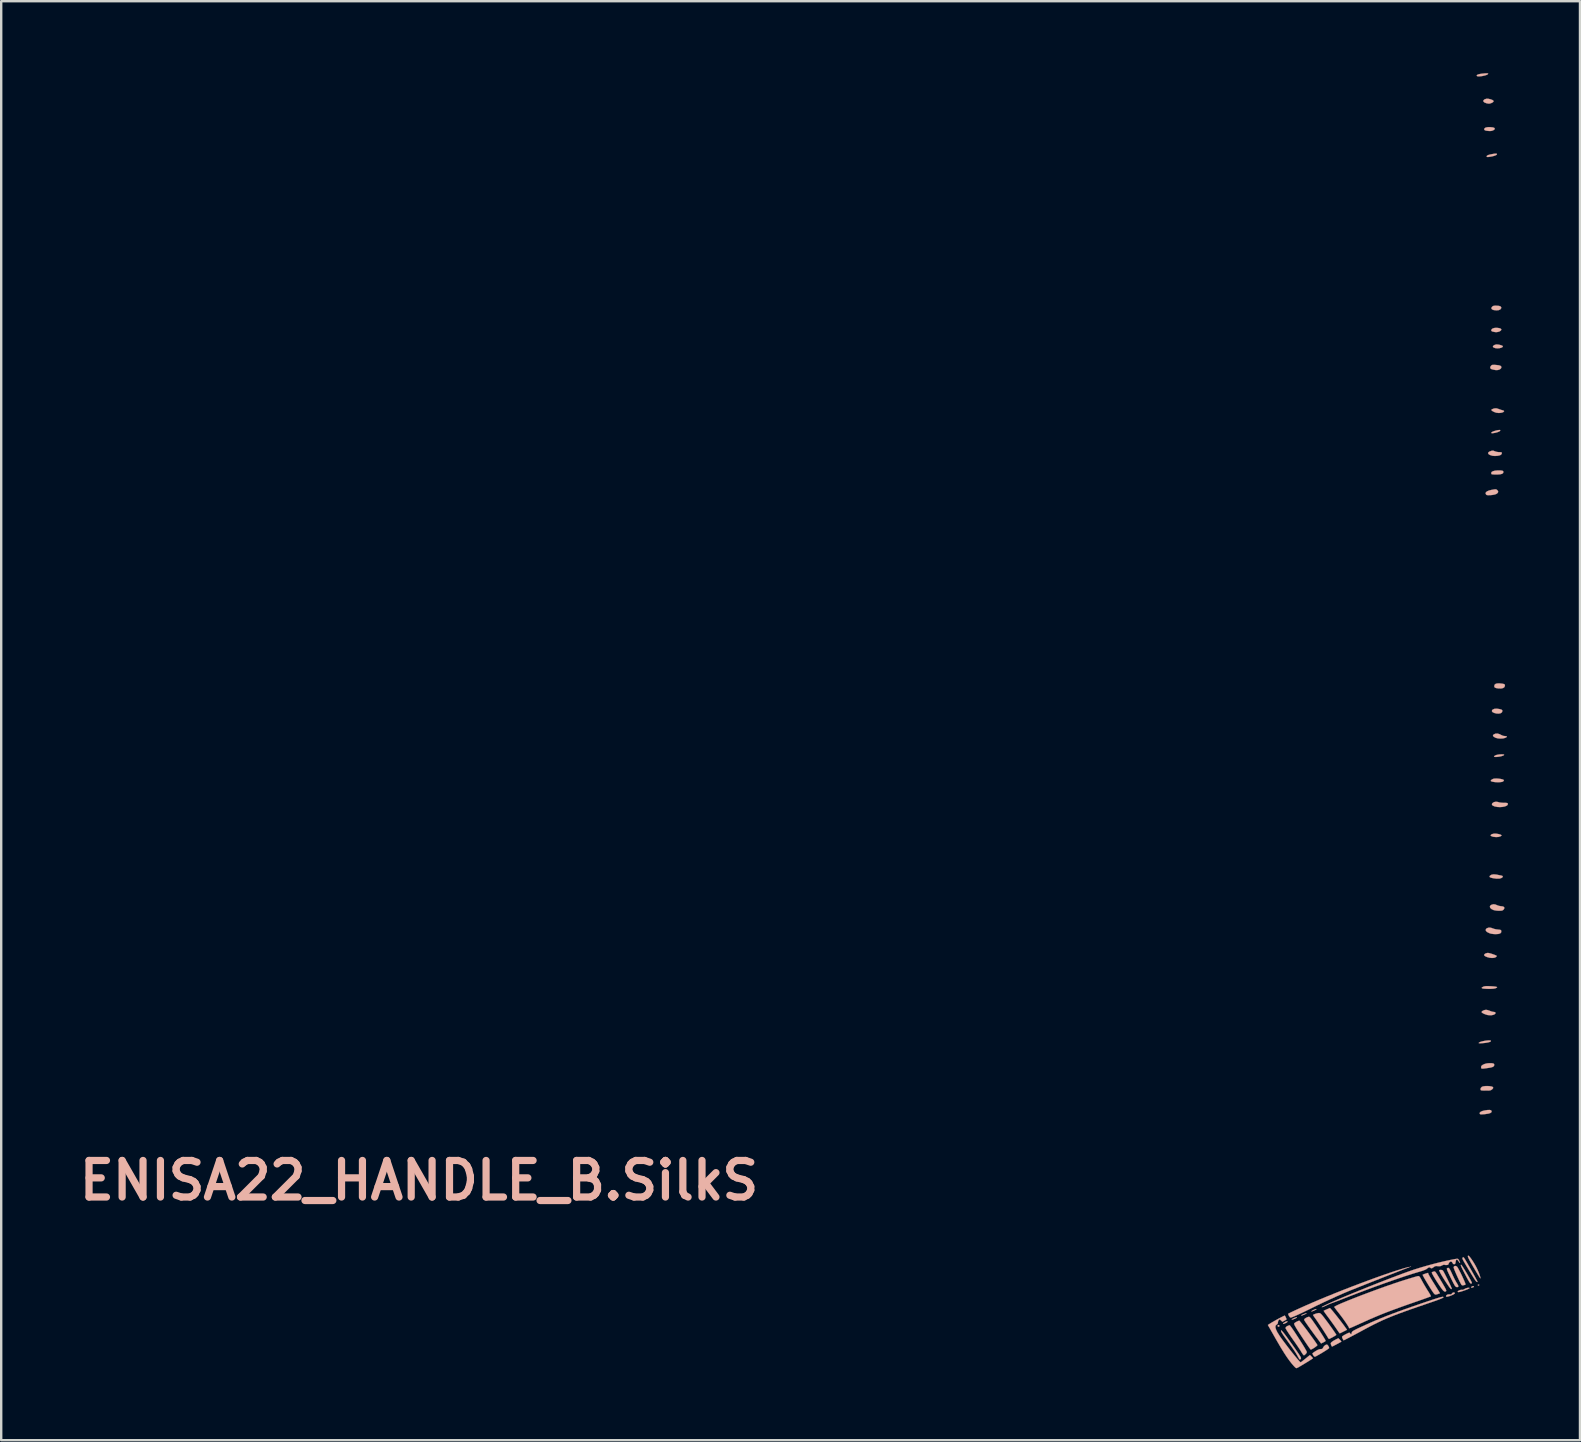
<source format=kicad_pcb>
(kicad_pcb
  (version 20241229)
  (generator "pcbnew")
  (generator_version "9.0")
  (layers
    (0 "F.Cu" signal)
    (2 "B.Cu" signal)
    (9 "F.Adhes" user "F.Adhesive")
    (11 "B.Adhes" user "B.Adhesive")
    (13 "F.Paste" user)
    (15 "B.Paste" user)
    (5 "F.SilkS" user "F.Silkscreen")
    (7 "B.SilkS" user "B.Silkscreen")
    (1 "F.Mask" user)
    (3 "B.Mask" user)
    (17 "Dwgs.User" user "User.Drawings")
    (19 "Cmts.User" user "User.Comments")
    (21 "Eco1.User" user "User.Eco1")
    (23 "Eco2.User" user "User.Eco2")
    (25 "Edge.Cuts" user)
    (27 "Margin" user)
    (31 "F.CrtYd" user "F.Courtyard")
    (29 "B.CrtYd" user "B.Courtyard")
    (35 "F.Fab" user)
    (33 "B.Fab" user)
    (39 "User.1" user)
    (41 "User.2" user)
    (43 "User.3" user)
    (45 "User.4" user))
  (footprint "ENISA22_HANDLE_B.SilkS"
    (layer "F.Cu")
    (at 14.413 46.146)
    (property "Reference" "ENISA22_HANDLE_B.SilkS" (at 0 0 0) (layer "B.SilkS") (effects (font (size 1.524 1.524) (thickness 0.3))))
    (attr through_hole)
    (fp_poly (pts (xy 41.339 3.588) (xy 41.328 3.598) (xy 41.317 3.588) (xy 41.328 3.577) (xy 41.339 3.588)) (stroke (width 0.01) (type solid)) (fill yes) (layer "B.SilkS"))
    (fp_poly (pts (xy 44.184 4.347) (xy 44.185 4.36) (xy 44.159 4.381) (xy 44.154 4.381) (xy 44.126 4.366) (xy 44.122 4.36) (xy 44.129 4.344) (xy 44.154 4.339) (xy 44.184 4.347)) (stroke (width 0.01) (type solid)) (fill yes) (layer "B.SilkS"))
    (fp_poly (pts (xy 35.839 6.025) (xy 35.855 6.052) (xy 35.856 6.065) (xy 35.841 6.091) (xy 35.809 6.094) (xy 35.781 6.072) (xy 35.783 6.045) (xy 35.808 6.024) (xy 35.839 6.024) (xy 35.839 6.025)) (stroke (width 0.01) (type solid)) (fill yes) (layer "B.SilkS"))
    (fp_poly (pts (xy 43.959 4.411) (xy 43.963 4.422) (xy 43.945 4.445) (xy 43.901 4.462) (xy 43.864 4.466) (xy 43.843 4.46) (xy 43.855 4.437) (xy 43.857 4.434) (xy 43.891 4.412) (xy 43.93 4.403) (xy 43.959 4.411)) (stroke (width 0.01) (type solid)) (fill yes) (layer "B.SilkS"))
    (fp_poly (pts (xy 36.187 5.869) (xy 36.191 5.893) (xy 36.156 5.923) (xy 36.082 5.958) (xy 36.082 5.958) (xy 36.03 5.977) (xy 36.009 5.977) (xy 36.009 5.965) (xy 36.032 5.937) (xy 36.076 5.907) (xy 36.126 5.881) (xy 36.169 5.867) (xy 36.187 5.869)) (stroke (width 0.01) (type solid)) (fill yes) (layer "B.SilkS"))
    (fp_poly (pts (xy 36.581 5.713) (xy 36.552 5.734) (xy 36.504 5.758) (xy 36.45 5.78) (xy 36.401 5.794) (xy 36.375 5.797) (xy 36.367 5.789) (xy 36.395 5.769) (xy 36.444 5.743) (xy 36.509 5.716) (xy 36.56 5.701) (xy 36.582 5.7) (xy 36.581 5.713)) (stroke (width 0.01) (type solid)) (fill yes) (layer "B.SilkS"))
    (fp_poly (pts (xy 36.989 5.536) (xy 36.966 5.552) (xy 36.917 5.577) (xy 36.837 5.612) (xy 36.79 5.628) (xy 36.769 5.626) (xy 36.767 5.62) (xy 36.784 5.605) (xy 36.829 5.584) (xy 36.888 5.561) (xy 36.946 5.541) (xy 36.977 5.534) (xy 36.989 5.536)) (stroke (width 0.01) (type solid)) (fill yes) (layer "B.SilkS"))
    (fp_poly (pts (xy 37.399 5.366) (xy 37.372 5.386) (xy 37.327 5.409) (xy 37.258 5.44) (xy 37.21 5.456) (xy 37.187 5.457) (xy 37.194 5.445) (xy 37.236 5.418) (xy 37.253 5.408) (xy 37.317 5.378) (xy 37.372 5.36) (xy 37.391 5.358) (xy 37.399 5.366)) (stroke (width 0.01) (type solid)) (fill yes) (layer "B.SilkS"))
    (fp_poly (pts (xy 45.05 -31.276) (xy 45.061 -31.261) (xy 45.046 -31.235) (xy 45.012 -31.212) (xy 44.954 -31.189) (xy 44.883 -31.168) (xy 44.809 -31.152) (xy 44.745 -31.143) (xy 44.699 -31.144) (xy 44.683 -31.155) (xy 44.703 -31.183) (xy 44.759 -31.213) (xy 44.844 -31.242) (xy 44.923 -31.262) (xy 45.005 -31.276) (xy 45.05 -31.276)) (stroke (width 0.01) (type solid)) (fill yes) (layer "B.SilkS"))
    (fp_poly (pts (xy 44.993 -14.436) (xy 45.008 -14.432) (xy 45.08 -14.409) (xy 45.112 -14.389) (xy 45.107 -14.368) (xy 45.067 -14.342) (xy 44.988 -14.318) (xy 44.888 -14.311) (xy 44.784 -14.321) (xy 44.725 -14.336) (xy 44.67 -14.362) (xy 44.657 -14.389) (xy 44.686 -14.418) (xy 44.706 -14.43) (xy 44.784 -14.452) (xy 44.884 -14.454) (xy 44.993 -14.436)) (stroke (width 0.01) (type solid)) (fill yes) (layer "B.SilkS"))
    (fp_poly (pts (xy 45.04 -19.644) (xy 45.054 -19.64) (xy 45.114 -19.621) (xy 45.142 -19.599) (xy 45.148 -19.567) (xy 45.13 -19.511) (xy 45.079 -19.474) (xy 45.002 -19.457) (xy 44.905 -19.461) (xy 44.823 -19.48) (xy 44.748 -19.512) (xy 44.713 -19.551) (xy 44.717 -19.593) (xy 44.743 -19.623) (xy 44.815 -19.655) (xy 44.915 -19.662) (xy 45.04 -19.644)) (stroke (width 0.01) (type solid)) (fill yes) (layer "B.SilkS"))
    (fp_poly (pts (xy 45.172 -17.758) (xy 45.211 -17.752) (xy 45.221 -17.742) (xy 45.214 -17.729) (xy 45.18 -17.707) (xy 45.122 -17.687) (xy 45.051 -17.67) (xy 44.974 -17.658) (xy 44.901 -17.651) (xy 44.842 -17.651) (xy 44.805 -17.659) (xy 44.801 -17.676) (xy 44.843 -17.71) (xy 44.916 -17.737) (xy 45.012 -17.754) (xy 45.097 -17.759) (xy 45.172 -17.758)) (stroke (width 0.01) (type solid)) (fill yes) (layer "B.SilkS"))
    (fp_poly (pts (xy 44.531 -46.139) (xy 44.553 -46.13) (xy 44.556 -46.123) (xy 44.536 -46.097) (xy 44.485 -46.072) (xy 44.412 -46.049) (xy 44.327 -46.03) (xy 44.242 -46.017) (xy 44.165 -46.013) (xy 44.108 -46.018) (xy 44.083 -46.032) (xy 44.084 -46.063) (xy 44.125 -46.09) (xy 44.204 -46.111) (xy 44.286 -46.124) (xy 44.403 -46.136) (xy 44.483 -46.141) (xy 44.531 -46.139)) (stroke (width 0.01) (type solid)) (fill yes) (layer "B.SilkS"))
    (fp_poly (pts (xy 44.908 -36.456) (xy 45.011 -36.447) (xy 45.075 -36.424) (xy 45.101 -36.386) (xy 45.097 -36.349) (xy 45.061 -36.3) (xy 44.993 -36.271) (xy 44.899 -36.262) (xy 44.788 -36.275) (xy 44.78 -36.277) (xy 44.716 -36.303) (xy 44.69 -36.342) (xy 44.702 -36.389) (xy 44.721 -36.412) (xy 44.754 -36.438) (xy 44.794 -36.452) (xy 44.855 -36.457) (xy 44.908 -36.456)) (stroke (width 0.01) (type solid)) (fill yes) (layer "B.SilkS"))
    (fp_poly (pts (xy 44.919 -42.783) (xy 44.921 -42.759) (xy 44.886 -42.732) (xy 44.82 -42.705) (xy 44.729 -42.681) (xy 44.694 -42.674) (xy 44.599 -42.658) (xy 44.538 -42.652) (xy 44.505 -42.657) (xy 44.493 -42.673) (xy 44.492 -42.679) (xy 44.506 -42.707) (xy 44.551 -42.732) (xy 44.63 -42.756) (xy 44.742 -42.778) (xy 44.833 -42.792) (xy 44.89 -42.794) (xy 44.919 -42.783)) (stroke (width 0.01) (type solid)) (fill yes) (layer "B.SilkS"))
    (fp_poly (pts (xy 44.56 -45.08) (xy 44.655 -45.058) (xy 44.656 -45.058) (xy 44.739 -45.026) (xy 44.779 -44.993) (xy 44.777 -44.958) (xy 44.733 -44.923) (xy 44.692 -44.903) (xy 44.627 -44.881) (xy 44.569 -44.877) (xy 44.497 -44.891) (xy 44.471 -44.898) (xy 44.395 -44.929) (xy 44.357 -44.968) (xy 44.356 -45.009) (xy 44.395 -45.048) (xy 44.42 -45.061) (xy 44.487 -45.081) (xy 44.56 -45.08)) (stroke (width 0.01) (type solid)) (fill yes) (layer "B.SilkS"))
    (fp_poly (pts (xy 44.657 -5.832) (xy 44.671 -5.823) (xy 44.666 -5.798) (xy 44.624 -5.774) (xy 44.548 -5.753) (xy 44.444 -5.735) (xy 44.345 -5.725) (xy 44.252 -5.719) (xy 44.196 -5.717) (xy 44.168 -5.721) (xy 44.163 -5.73) (xy 44.171 -5.742) (xy 44.208 -5.766) (xy 44.273 -5.789) (xy 44.356 -5.809) (xy 44.446 -5.825) (xy 44.534 -5.836) (xy 44.607 -5.838) (xy 44.657 -5.832)) (stroke (width 0.01) (type solid)) (fill yes) (layer "B.SilkS"))
    (fp_poly (pts (xy 44.751 -43.886) (xy 44.752 -43.886) (xy 44.812 -43.865) (xy 44.833 -43.833) (xy 44.816 -43.797) (xy 44.758 -43.761) (xy 44.758 -43.761) (xy 44.698 -43.742) (xy 44.634 -43.735) (xy 44.553 -43.74) (xy 44.482 -43.749) (xy 44.423 -43.764) (xy 44.395 -43.789) (xy 44.391 -43.806) (xy 44.404 -43.848) (xy 44.452 -43.879) (xy 44.529 -43.896) (xy 44.631 -43.899) (xy 44.751 -43.886)) (stroke (width 0.01) (type solid)) (fill yes) (layer "B.SilkS"))
    (fp_poly (pts (xy 44.892 -12.749) (xy 44.91 -12.746) (xy 44.99 -12.729) (xy 45.069 -12.714) (xy 45.09 -12.711) (xy 45.149 -12.692) (xy 45.168 -12.664) (xy 45.145 -12.629) (xy 45.107 -12.605) (xy 45.02 -12.58) (xy 44.899 -12.579) (xy 44.758 -12.598) (xy 44.671 -12.619) (xy 44.624 -12.642) (xy 44.613 -12.67) (xy 44.632 -12.703) (xy 44.695 -12.742) (xy 44.784 -12.758) (xy 44.892 -12.749)) (stroke (width 0.01) (type solid)) (fill yes) (layer "B.SilkS"))
    (fp_poly (pts (xy 44.962 -35.53) (xy 45.032 -35.517) (xy 45.084 -35.496) (xy 45.106 -35.468) (xy 45.106 -35.466) (xy 45.087 -35.423) (xy 45.036 -35.387) (xy 44.966 -35.363) (xy 44.886 -35.354) (xy 44.82 -35.361) (xy 44.763 -35.374) (xy 44.73 -35.381) (xy 44.691 -35.404) (xy 44.684 -35.44) (xy 44.71 -35.481) (xy 44.75 -35.509) (xy 44.809 -35.527) (xy 44.883 -35.534) (xy 44.962 -35.53)) (stroke (width 0.01) (type solid)) (fill yes) (layer "B.SilkS"))
    (fp_poly (pts (xy 45.054 -20.714) (xy 45.148 -20.703) (xy 45.207 -20.69) (xy 45.24 -20.674) (xy 45.253 -20.649) (xy 45.254 -20.628) (xy 45.236 -20.565) (xy 45.183 -20.524) (xy 45.097 -20.504) (xy 44.981 -20.507) (xy 44.969 -20.508) (xy 44.886 -20.522) (xy 44.837 -20.541) (xy 44.815 -20.57) (xy 44.81 -20.607) (xy 44.828 -20.666) (xy 44.881 -20.703) (xy 44.969 -20.717) (xy 45.054 -20.714)) (stroke (width 0.01) (type solid)) (fill yes) (layer "B.SilkS"))
    (fp_poly (pts (xy 44.675 -2.924) (xy 44.698 -2.893) (xy 44.7 -2.884) (xy 44.69 -2.843) (xy 44.646 -2.811) (xy 44.564 -2.786) (xy 44.444 -2.768) (xy 44.392 -2.763) (xy 44.305 -2.757) (xy 44.251 -2.757) (xy 44.221 -2.763) (xy 44.206 -2.778) (xy 44.203 -2.785) (xy 44.207 -2.828) (xy 44.25 -2.867) (xy 44.329 -2.899) (xy 44.424 -2.921) (xy 44.541 -2.938) (xy 44.624 -2.939) (xy 44.675 -2.924)) (stroke (width 0.01) (type solid)) (fill yes) (layer "B.SilkS"))
    (fp_poly (pts (xy 44.978 -34.835) (xy 45.052 -34.82) (xy 45.116 -34.8) (xy 45.159 -34.778) (xy 45.17 -34.763) (xy 45.15 -34.73) (xy 45.1 -34.704) (xy 45.029 -34.686) (xy 44.949 -34.679) (xy 44.87 -34.686) (xy 44.837 -34.693) (xy 44.786 -34.714) (xy 44.755 -34.737) (xy 44.755 -34.738) (xy 44.757 -34.769) (xy 44.789 -34.801) (xy 44.839 -34.827) (xy 44.898 -34.84) (xy 44.907 -34.84) (xy 44.978 -34.835)) (stroke (width 0.01) (type solid)) (fill yes) (layer "B.SilkS"))
    (fp_poly (pts (xy 45.039 -18.597) (xy 45.08 -18.574) (xy 45.179 -18.529) (xy 45.249 -18.521) (xy 45.312 -18.515) (xy 45.336 -18.498) (xy 45.318 -18.473) (xy 45.266 -18.446) (xy 45.176 -18.423) (xy 45.067 -18.416) (xy 44.958 -18.425) (xy 44.867 -18.449) (xy 44.848 -18.458) (xy 44.783 -18.498) (xy 44.755 -18.531) (xy 44.763 -18.563) (xy 44.788 -18.588) (xy 44.86 -18.621) (xy 44.948 -18.624) (xy 45.039 -18.597)) (stroke (width 0.01) (type solid)) (fill yes) (layer "B.SilkS"))
    (fp_poly (pts (xy 44.638 -8.096) (xy 44.684 -8.094) (xy 44.805 -8.085) (xy 44.884 -8.074) (xy 44.924 -8.06) (xy 44.926 -8.044) (xy 44.89 -8.023) (xy 44.851 -8.007) (xy 44.786 -7.994) (xy 44.691 -7.987) (xy 44.574 -7.985) (xy 44.447 -7.99) (xy 44.371 -7.995) (xy 44.307 -8.007) (xy 44.284 -8.025) (xy 44.304 -8.05) (xy 44.355 -8.077) (xy 44.399 -8.09) (xy 44.455 -8.098) (xy 44.532 -8.1) (xy 44.638 -8.096)) (stroke (width 0.01) (type solid)) (fill yes) (layer "B.SilkS"))
    (fp_poly (pts (xy 43.15 4.671) (xy 43.169 4.695) (xy 43.169 4.699) (xy 43.151 4.722) (xy 43.102 4.753) (xy 43.033 4.785) (xy 42.955 4.815) (xy 42.877 4.837) (xy 42.863 4.84) (xy 42.817 4.844) (xy 42.8 4.828) (xy 42.799 4.819) (xy 42.818 4.78) (xy 42.866 4.754) (xy 42.931 4.745) (xy 42.956 4.748) (xy 43.007 4.749) (xy 43.035 4.729) (xy 43.044 4.713) (xy 43.072 4.682) (xy 43.113 4.667) (xy 43.15 4.671)) (stroke (width 0.01) (type solid)) (fill yes) (layer "B.SilkS"))
    (fp_poly (pts (xy 44.593 -9.476) (xy 44.658 -9.459) (xy 44.733 -9.436) (xy 44.807 -9.409) (xy 44.869 -9.384) (xy 44.908 -9.363) (xy 44.916 -9.354) (xy 44.9 -9.331) (xy 44.869 -9.304) (xy 44.804 -9.28) (xy 44.713 -9.273) (xy 44.61 -9.284) (xy 44.506 -9.313) (xy 44.498 -9.316) (xy 44.424 -9.35) (xy 44.39 -9.383) (xy 44.386 -9.396) (xy 44.406 -9.433) (xy 44.454 -9.463) (xy 44.52 -9.481) (xy 44.548 -9.483) (xy 44.593 -9.476)) (stroke (width 0.01) (type solid)) (fill yes) (layer "B.SilkS"))
    (fp_poly (pts (xy 44.887 -33.986) (xy 44.99 -33.974) (xy 45.057 -33.956) (xy 45.094 -33.93) (xy 45.106 -33.894) (xy 45.106 -33.889) (xy 45.087 -33.839) (xy 45.036 -33.8) (xy 44.963 -33.776) (xy 44.879 -33.772) (xy 44.852 -33.776) (xy 44.752 -33.796) (xy 44.687 -33.816) (xy 44.653 -33.84) (xy 44.641 -33.87) (xy 44.641 -33.875) (xy 44.656 -33.926) (xy 44.683 -33.962) (xy 44.711 -33.981) (xy 44.747 -33.991) (xy 44.804 -33.992) (xy 44.887 -33.986)) (stroke (width 0.01) (type solid)) (fill yes) (layer "B.SilkS"))
    (fp_poly (pts (xy 44.902 -28.795) (xy 44.928 -28.777) (xy 44.937 -28.769) (xy 44.971 -28.722) (xy 44.965 -28.672) (xy 44.923 -28.627) (xy 44.882 -28.605) (xy 44.815 -28.584) (xy 44.732 -28.569) (xy 44.644 -28.561) (xy 44.564 -28.559) (xy 44.503 -28.565) (xy 44.476 -28.577) (xy 44.448 -28.628) (xy 44.46 -28.676) (xy 44.509 -28.719) (xy 44.595 -28.755) (xy 44.687 -28.778) (xy 44.778 -28.795) (xy 44.837 -28.804) (xy 44.875 -28.804) (xy 44.902 -28.795)) (stroke (width 0.01) (type solid)) (fill yes) (layer "B.SilkS"))
    (fp_poly (pts (xy 45.076 -29.589) (xy 45.141 -29.581) (xy 45.176 -29.564) (xy 45.19 -29.538) (xy 45.191 -29.526) (xy 45.177 -29.481) (xy 45.133 -29.449) (xy 45.056 -29.43) (xy 44.942 -29.422) (xy 44.904 -29.422) (xy 44.817 -29.423) (xy 44.748 -29.427) (xy 44.705 -29.433) (xy 44.697 -29.436) (xy 44.685 -29.467) (xy 44.683 -29.49) (xy 44.703 -29.529) (xy 44.759 -29.56) (xy 44.844 -29.581) (xy 44.954 -29.591) (xy 44.977 -29.591) (xy 45.076 -29.589)) (stroke (width 0.01) (type solid)) (fill yes) (layer "B.SilkS"))
    (fp_poly (pts (xy 38.38 6.641) (xy 38.418 6.683) (xy 38.437 6.711) (xy 38.438 6.717) (xy 38.413 6.732) (xy 38.361 6.761) (xy 38.293 6.798) (xy 38.219 6.837) (xy 38.148 6.874) (xy 38.09 6.904) (xy 38.055 6.92) (xy 38.05 6.921) (xy 38.033 6.904) (xy 38.015 6.867) (xy 37.999 6.816) (xy 37.994 6.783) (xy 38.012 6.753) (xy 38.062 6.712) (xy 38.135 6.665) (xy 38.225 6.617) (xy 38.239 6.61) (xy 38.313 6.574) (xy 38.38 6.641)) (stroke (width 0.01) (type solid)) (fill yes) (layer "B.SilkS"))
    (fp_poly (pts (xy 44.778 -30.411) (xy 44.844 -30.385) (xy 44.902 -30.366) (xy 44.978 -30.355) (xy 45.016 -30.353) (xy 45.082 -30.351) (xy 45.115 -30.342) (xy 45.127 -30.323) (xy 45.127 -30.311) (xy 45.111 -30.269) (xy 45.079 -30.238) (xy 45.019 -30.214) (xy 44.933 -30.199) (xy 44.837 -30.194) (xy 44.748 -30.2) (xy 44.719 -30.206) (xy 44.626 -30.237) (xy 44.57 -30.274) (xy 44.552 -30.313) (xy 44.572 -30.352) (xy 44.629 -30.386) (xy 44.711 -30.412) (xy 44.778 -30.411)) (stroke (width 0.01) (type solid)) (fill yes) (layer "B.SilkS"))
    (fp_poly (pts (xy 44.895 -32.18) (xy 44.955 -32.164) (xy 44.997 -32.149) (xy 45.071 -32.123) (xy 45.134 -32.103) (xy 45.165 -32.095) (xy 45.213 -32.076) (xy 45.219 -32.052) (xy 45.183 -32.022) (xy 45.171 -32.015) (xy 45.096 -31.993) (xy 45.001 -31.985) (xy 44.906 -31.995) (xy 44.873 -32.003) (xy 44.801 -32.03) (xy 44.739 -32.062) (xy 44.699 -32.093) (xy 44.688 -32.116) (xy 44.712 -32.136) (xy 44.762 -32.159) (xy 44.787 -32.167) (xy 44.845 -32.18) (xy 44.895 -32.18)) (stroke (width 0.01) (type solid)) (fill yes) (layer "B.SilkS"))
    (fp_poly (pts (xy 44.975 -16.747) (xy 45.061 -16.736) (xy 45.135 -16.721) (xy 45.189 -16.702) (xy 45.212 -16.68) (xy 45.212 -16.678) (xy 45.195 -16.645) (xy 45.158 -16.619) (xy 45.104 -16.606) (xy 45.023 -16.599) (xy 44.928 -16.598) (xy 44.834 -16.603) (xy 44.755 -16.615) (xy 44.751 -16.616) (xy 44.7 -16.63) (xy 44.67 -16.643) (xy 44.669 -16.644) (xy 44.667 -16.67) (xy 44.699 -16.703) (xy 44.759 -16.735) (xy 44.814 -16.747) (xy 44.89 -16.751) (xy 44.975 -16.747)) (stroke (width 0.01) (type solid)) (fill yes) (layer "B.SilkS"))
    (fp_poly (pts (xy 43.773 4.477) (xy 43.781 4.483) (xy 43.767 4.498) (xy 43.722 4.522) (xy 43.653 4.552) (xy 43.602 4.57) (xy 43.48 4.612) (xy 43.392 4.638) (xy 43.334 4.651) (xy 43.301 4.651) (xy 43.287 4.639) (xy 43.286 4.631) (xy 43.304 4.606) (xy 43.348 4.581) (xy 43.403 4.562) (xy 43.452 4.555) (xy 43.474 4.56) (xy 43.505 4.558) (xy 43.55 4.535) (xy 43.555 4.532) (xy 43.611 4.502) (xy 43.675 4.48) (xy 43.734 4.471) (xy 43.773 4.477)) (stroke (width 0.01) (type solid)) (fill yes) (layer "B.SilkS"))
    (fp_poly (pts (xy 44.619 -3.93) (xy 44.693 -3.918) (xy 44.743 -3.899) (xy 44.755 -3.888) (xy 44.765 -3.857) (xy 44.748 -3.826) (xy 44.719 -3.798) (xy 44.686 -3.773) (xy 44.651 -3.758) (xy 44.603 -3.75) (xy 44.53 -3.747) (xy 44.463 -3.747) (xy 44.376 -3.748) (xy 44.305 -3.752) (xy 44.261 -3.757) (xy 44.252 -3.761) (xy 44.235 -3.804) (xy 44.249 -3.854) (xy 44.289 -3.898) (xy 44.302 -3.906) (xy 44.361 -3.924) (xy 44.441 -3.934) (xy 44.53 -3.936) (xy 44.619 -3.93)) (stroke (width 0.01) (type solid)) (fill yes) (layer "B.SilkS"))
    (fp_poly (pts (xy 44.707 -4.887) (xy 44.766 -4.877) (xy 44.798 -4.858) (xy 44.809 -4.826) (xy 44.81 -4.814) (xy 44.796 -4.769) (xy 44.752 -4.734) (xy 44.672 -4.709) (xy 44.588 -4.694) (xy 44.501 -4.682) (xy 44.417 -4.67) (xy 44.376 -4.665) (xy 44.319 -4.661) (xy 44.28 -4.666) (xy 44.275 -4.669) (xy 44.263 -4.701) (xy 44.26 -4.735) (xy 44.279 -4.78) (xy 44.333 -4.821) (xy 44.411 -4.856) (xy 44.505 -4.88) (xy 44.607 -4.889) (xy 44.612 -4.889) (xy 44.707 -4.887)) (stroke (width 0.01) (type solid)) (fill yes) (layer "B.SilkS"))
    (fp_poly (pts (xy 44.852 -11.503) (xy 44.926 -11.472) (xy 45.002 -11.445) (xy 45.082 -11.431) (xy 45.096 -11.43) (xy 45.175 -11.419) (xy 45.221 -11.39) (xy 45.231 -11.347) (xy 45.202 -11.294) (xy 45.191 -11.282) (xy 45.158 -11.258) (xy 45.112 -11.245) (xy 45.041 -11.241) (xy 45.006 -11.24) (xy 44.917 -11.245) (xy 44.832 -11.258) (xy 44.78 -11.271) (xy 44.695 -11.312) (xy 44.643 -11.36) (xy 44.626 -11.409) (xy 44.645 -11.456) (xy 44.695 -11.49) (xy 44.773 -11.512) (xy 44.852 -11.503)) (stroke (width 0.01) (type solid)) (fill yes) (layer "B.SilkS"))
    (fp_poly (pts (xy 44.664 -10.534) (xy 44.748 -10.505) (xy 44.808 -10.484) (xy 44.89 -10.466) (xy 44.958 -10.458) (xy 45.032 -10.45) (xy 45.074 -10.44) (xy 45.094 -10.424) (xy 45.101 -10.395) (xy 45.102 -10.39) (xy 45.094 -10.333) (xy 45.053 -10.295) (xy 44.977 -10.273) (xy 44.864 -10.267) (xy 44.863 -10.267) (xy 44.774 -10.271) (xy 44.69 -10.283) (xy 44.635 -10.296) (xy 44.536 -10.34) (xy 44.474 -10.387) (xy 44.451 -10.435) (xy 44.468 -10.482) (xy 44.497 -10.508) (xy 44.573 -10.537) (xy 44.664 -10.534)) (stroke (width 0.01) (type solid)) (fill yes) (layer "B.SilkS"))
    (fp_poly (pts (xy 44.526 -7.103) (xy 44.597 -7.081) (xy 44.622 -7.07) (xy 44.69 -7.044) (xy 44.75 -7.029) (xy 44.767 -7.027) (xy 44.832 -7.018) (xy 44.862 -6.994) (xy 44.861 -6.964) (xy 44.832 -6.932) (xy 44.779 -6.905) (xy 44.705 -6.889) (xy 44.69 -6.888) (xy 44.611 -6.888) (xy 44.537 -6.895) (xy 44.517 -6.899) (xy 44.434 -6.925) (xy 44.361 -6.956) (xy 44.307 -6.988) (xy 44.281 -7.015) (xy 44.281 -7.019) (xy 44.299 -7.05) (xy 44.346 -7.08) (xy 44.407 -7.103) (xy 44.468 -7.112) (xy 44.526 -7.103)) (stroke (width 0.01) (type solid)) (fill yes) (layer "B.SilkS"))
    (fp_poly (pts (xy 44.967 -15.773) (xy 44.985 -15.766) (xy 45.04 -15.752) (xy 45.121 -15.742) (xy 45.21 -15.737) (xy 45.212 -15.737) (xy 45.293 -15.736) (xy 45.341 -15.732) (xy 45.366 -15.721) (xy 45.376 -15.701) (xy 45.377 -15.691) (xy 45.364 -15.649) (xy 45.317 -15.614) (xy 45.243 -15.586) (xy 45.151 -15.568) (xy 45.048 -15.561) (xy 44.943 -15.566) (xy 44.844 -15.585) (xy 44.825 -15.59) (xy 44.748 -15.623) (xy 44.713 -15.659) (xy 44.717 -15.7) (xy 44.736 -15.727) (xy 44.799 -15.768) (xy 44.881 -15.784) (xy 44.967 -15.773)) (stroke (width 0.01) (type solid)) (fill yes) (layer "B.SilkS"))
    (fp_poly (pts (xy 43.45 3.531) (xy 43.484 3.579) (xy 43.531 3.651) (xy 43.586 3.739) (xy 43.646 3.839) (xy 43.706 3.941) (xy 43.763 4.041) (xy 43.812 4.131) (xy 43.851 4.204) (xy 43.874 4.255) (xy 43.879 4.272) (xy 43.861 4.292) (xy 43.838 4.297) (xy 43.818 4.288) (xy 43.792 4.259) (xy 43.757 4.206) (xy 43.71 4.125) (xy 43.648 4.012) (xy 43.605 3.929) (xy 43.534 3.793) (xy 43.482 3.69) (xy 43.446 3.615) (xy 43.425 3.564) (xy 43.417 3.533) (xy 43.419 3.518) (xy 43.431 3.514) (xy 43.432 3.514) (xy 43.45 3.531)) (stroke (width 0.01) (type solid)) (fill yes) (layer "B.SilkS"))
    (fp_poly (pts (xy 43.757 3.15) (xy 43.799 3.198) (xy 43.852 3.269) (xy 43.912 3.357) (xy 43.973 3.456) (xy 44.031 3.557) (xy 44.07 3.63) (xy 44.116 3.728) (xy 44.159 3.827) (xy 44.194 3.92) (xy 44.219 3.999) (xy 44.232 4.055) (xy 44.23 4.08) (xy 44.217 4.065) (xy 44.187 4.019) (xy 44.142 3.948) (xy 44.087 3.857) (xy 44.031 3.763) (xy 43.93 3.591) (xy 43.85 3.452) (xy 43.789 3.342) (xy 43.747 3.259) (xy 43.721 3.2) (xy 43.71 3.161) (xy 43.713 3.14) (xy 43.729 3.133) (xy 43.73 3.133) (xy 43.757 3.15)) (stroke (width 0.01) (type solid)) (fill yes) (layer "B.SilkS"))
    (fp_poly (pts (xy 42.644 3.737) (xy 42.668 3.752) (xy 42.688 3.784) (xy 42.721 3.844) (xy 42.764 3.926) (xy 42.813 4.023) (xy 42.864 4.126) (xy 42.915 4.23) (xy 42.961 4.328) (xy 43 4.411) (xy 43.027 4.474) (xy 43.039 4.509) (xy 43.04 4.513) (xy 43.025 4.526) (xy 43.005 4.521) (xy 42.975 4.492) (xy 42.932 4.437) (xy 42.871 4.35) (xy 42.862 4.337) (xy 42.786 4.223) (xy 42.712 4.108) (xy 42.646 4) (xy 42.589 3.904) (xy 42.547 3.825) (xy 42.521 3.77) (xy 42.515 3.743) (xy 42.515 3.743) (xy 42.545 3.728) (xy 42.595 3.727) (xy 42.644 3.737)) (stroke (width 0.01) (type solid)) (fill yes) (layer "B.SilkS"))
    (fp_poly (pts (xy 43.221 3.566) (xy 43.263 3.596) (xy 43.264 3.597) (xy 43.293 3.643) (xy 43.333 3.715) (xy 43.38 3.804) (xy 43.43 3.904) (xy 43.48 4.008) (xy 43.526 4.109) (xy 43.566 4.2) (xy 43.596 4.272) (xy 43.612 4.32) (xy 43.613 4.336) (xy 43.579 4.353) (xy 43.526 4.367) (xy 43.524 4.368) (xy 43.486 4.372) (xy 43.459 4.364) (xy 43.434 4.335) (xy 43.403 4.276) (xy 43.394 4.259) (xy 43.337 4.143) (xy 43.281 4.024) (xy 43.228 3.907) (xy 43.182 3.802) (xy 43.147 3.714) (xy 43.124 3.65) (xy 43.117 3.62) (xy 43.133 3.58) (xy 43.173 3.561) (xy 43.221 3.566)) (stroke (width 0.01) (type solid)) (fill yes) (layer "B.SilkS"))
    (fp_poly (pts (xy 42.921 3.654) (xy 42.948 3.688) (xy 42.982 3.747) (xy 43.025 3.836) (xy 43.081 3.958) (xy 43.093 3.983) (xy 43.14 4.082) (xy 43.193 4.181) (xy 43.241 4.265) (xy 43.254 4.284) (xy 43.299 4.36) (xy 43.315 4.409) (xy 43.303 4.436) (xy 43.261 4.445) (xy 43.254 4.445) (xy 43.212 4.432) (xy 43.172 4.39) (xy 43.15 4.355) (xy 43.122 4.304) (xy 43.081 4.224) (xy 43.031 4.124) (xy 42.977 4.015) (xy 42.956 3.972) (xy 42.901 3.856) (xy 42.863 3.773) (xy 42.842 3.717) (xy 42.835 3.682) (xy 42.839 3.663) (xy 42.843 3.66) (xy 42.872 3.644) (xy 42.897 3.641) (xy 42.921 3.654)) (stroke (width 0.01) (type solid)) (fill yes) (layer "B.SilkS"))
    (fp_poly (pts (xy 43.546 3.218) (xy 43.553 3.228) (xy 43.578 3.266) (xy 43.618 3.332) (xy 43.67 3.42) (xy 43.73 3.524) (xy 43.795 3.639) (xy 43.862 3.757) (xy 43.928 3.874) (xy 43.988 3.982) (xy 44.04 4.077) (xy 44.079 4.152) (xy 44.104 4.201) (xy 44.111 4.217) (xy 44.101 4.234) (xy 44.072 4.22) (xy 44.032 4.178) (xy 44.022 4.165) (xy 43.994 4.124) (xy 43.949 4.054) (xy 43.891 3.961) (xy 43.825 3.853) (xy 43.755 3.738) (xy 43.685 3.621) (xy 43.619 3.51) (xy 43.563 3.413) (xy 43.528 3.35) (xy 43.494 3.285) (xy 43.482 3.246) (xy 43.488 3.221) (xy 43.494 3.213) (xy 43.52 3.199) (xy 43.546 3.218)) (stroke (width 0.01) (type solid)) (fill yes) (layer "B.SilkS"))
    (fp_poly (pts (xy 37.108 5.686) (xy 37.133 5.706) (xy 37.166 5.743) (xy 37.212 5.803) (xy 37.273 5.89) (xy 37.331 5.973) (xy 37.417 6.097) (xy 37.501 6.222) (xy 37.58 6.343) (xy 37.65 6.453) (xy 37.709 6.548) (xy 37.753 6.622) (xy 37.778 6.67) (xy 37.782 6.684) (xy 37.765 6.703) (xy 37.721 6.73) (xy 37.688 6.747) (xy 37.593 6.793) (xy 37.47 6.63) (xy 37.362 6.487) (xy 37.259 6.346) (xy 37.162 6.213) (xy 37.075 6.092) (xy 37.001 5.986) (xy 36.942 5.9) (xy 36.903 5.839) (xy 36.886 5.806) (xy 36.885 5.804) (xy 36.902 5.771) (xy 36.947 5.735) (xy 37.01 5.702) (xy 37.065 5.683) (xy 37.087 5.68) (xy 37.108 5.686)) (stroke (width 0.01) (type solid)) (fill yes) (layer "B.SilkS"))
    (fp_poly (pts (xy 38.043 5.403) (xy 38.092 5.461) (xy 38.159 5.544) (xy 38.24 5.645) (xy 38.327 5.756) (xy 38.414 5.868) (xy 38.494 5.975) (xy 38.563 6.067) (xy 38.587 6.101) (xy 38.673 6.222) (xy 38.525 6.296) (xy 38.454 6.332) (xy 38.4 6.358) (xy 38.371 6.371) (xy 38.369 6.371) (xy 38.355 6.355) (xy 38.322 6.31) (xy 38.276 6.243) (xy 38.22 6.162) (xy 38.218 6.158) (xy 38.148 6.058) (xy 38.063 5.938) (xy 37.973 5.814) (xy 37.889 5.699) (xy 37.883 5.692) (xy 37.817 5.603) (xy 37.762 5.527) (xy 37.723 5.469) (xy 37.702 5.436) (xy 37.701 5.43) (xy 37.723 5.419) (xy 37.773 5.396) (xy 37.835 5.369) (xy 37.962 5.314) (xy 38.043 5.403)) (stroke (width 0.01) (type solid)) (fill yes) (layer "B.SilkS"))
    (fp_poly (pts (xy 42.339 3.797) (xy 42.361 3.816) (xy 42.388 3.853) (xy 42.426 3.911) (xy 42.477 3.995) (xy 42.545 4.109) (xy 42.569 4.149) (xy 42.652 4.288) (xy 42.714 4.395) (xy 42.759 4.475) (xy 42.789 4.532) (xy 42.804 4.571) (xy 42.809 4.595) (xy 42.804 4.61) (xy 42.796 4.617) (xy 42.765 4.633) (xy 42.738 4.628) (xy 42.698 4.603) (xy 42.667 4.571) (xy 42.62 4.511) (xy 42.561 4.429) (xy 42.496 4.333) (xy 42.428 4.229) (xy 42.362 4.125) (xy 42.303 4.027) (xy 42.254 3.942) (xy 42.22 3.877) (xy 42.206 3.839) (xy 42.206 3.836) (xy 42.225 3.817) (xy 42.269 3.8) (xy 42.274 3.798) (xy 42.3 3.793) (xy 42.32 3.791) (xy 42.339 3.797)) (stroke (width 0.01) (type solid)) (fill yes) (layer "B.SilkS"))
    (fp_poly (pts (xy 37.863 6.854) (xy 37.895 6.895) (xy 37.92 6.944) (xy 37.928 6.983) (xy 37.927 6.986) (xy 37.906 7.006) (xy 37.856 7.041) (xy 37.785 7.088) (xy 37.7 7.141) (xy 37.609 7.197) (xy 37.519 7.249) (xy 37.439 7.294) (xy 37.377 7.328) (xy 37.339 7.344) (xy 37.333 7.345) (xy 37.299 7.328) (xy 37.266 7.286) (xy 37.264 7.282) (xy 37.242 7.236) (xy 37.232 7.209) (xy 37.232 7.208) (xy 37.249 7.191) (xy 37.292 7.159) (xy 37.354 7.117) (xy 37.362 7.112) (xy 37.457 7.058) (xy 37.532 7.031) (xy 37.572 7.027) (xy 37.627 7.022) (xy 37.659 6.999) (xy 37.676 6.965) (xy 37.716 6.904) (xy 37.773 6.857) (xy 37.831 6.837) (xy 37.834 6.837) (xy 37.863 6.854)) (stroke (width 0.01) (type solid)) (fill yes) (layer "B.SilkS"))
    (fp_poly (pts (xy 42.058 3.869) (xy 42.058 3.881) (xy 42.069 3.908) (xy 42.099 3.964) (xy 42.144 4.043) (xy 42.201 4.138) (xy 42.255 4.225) (xy 42.323 4.334) (xy 42.387 4.437) (xy 42.441 4.525) (xy 42.482 4.59) (xy 42.5 4.62) (xy 42.548 4.699) (xy 42.493 4.72) (xy 42.415 4.747) (xy 42.365 4.755) (xy 42.329 4.743) (xy 42.295 4.709) (xy 42.285 4.695) (xy 42.243 4.637) (xy 42.19 4.556) (xy 42.129 4.46) (xy 42.065 4.356) (xy 42.001 4.25) (xy 41.941 4.149) (xy 41.89 4.06) (xy 41.851 3.989) (xy 41.829 3.943) (xy 41.825 3.93) (xy 41.843 3.92) (xy 41.888 3.902) (xy 41.945 3.881) (xy 42.002 3.864) (xy 42.043 3.853) (xy 42.051 3.852) (xy 42.058 3.869)) (stroke (width 0.01) (type solid)) (fill yes) (layer "B.SilkS"))
    (fp_poly (pts (xy 35.961 6.268) (xy 36.004 6.317) (xy 36.066 6.394) (xy 36.147 6.501) (xy 36.247 6.64) (xy 36.37 6.811) (xy 36.47 6.953) (xy 36.565 7.09) (xy 36.638 7.196) (xy 36.691 7.276) (xy 36.727 7.335) (xy 36.748 7.376) (xy 36.756 7.405) (xy 36.753 7.425) (xy 36.743 7.441) (xy 36.739 7.445) (xy 36.713 7.463) (xy 36.692 7.45) (xy 36.676 7.427) (xy 36.65 7.382) (xy 36.613 7.315) (xy 36.576 7.25) (xy 36.541 7.191) (xy 36.487 7.107) (xy 36.418 7.005) (xy 36.34 6.894) (xy 36.269 6.795) (xy 36.165 6.649) (xy 36.082 6.534) (xy 36.02 6.445) (xy 35.976 6.378) (xy 35.947 6.329) (xy 35.93 6.295) (xy 35.923 6.27) (xy 35.923 6.251) (xy 35.934 6.247) (xy 35.961 6.268)) (stroke (width 0.01) (type solid)) (fill yes) (layer "B.SilkS"))
    (fp_poly (pts (xy 36.3 6.05) (xy 36.338 6.098) (xy 36.391 6.172) (xy 36.456 6.266) (xy 36.528 6.375) (xy 36.606 6.494) (xy 36.685 6.617) (xy 36.762 6.739) (xy 36.834 6.855) (xy 36.897 6.959) (xy 36.947 7.047) (xy 36.983 7.112) (xy 36.999 7.15) (xy 36.999 7.154) (xy 36.983 7.193) (xy 36.944 7.24) (xy 36.892 7.281) (xy 36.881 7.288) (xy 36.861 7.277) (xy 36.827 7.235) (xy 36.784 7.17) (xy 36.771 7.148) (xy 36.733 7.085) (xy 36.675 6.996) (xy 36.602 6.887) (xy 36.519 6.767) (xy 36.431 6.642) (xy 36.397 6.593) (xy 36.316 6.477) (xy 36.243 6.37) (xy 36.183 6.278) (xy 36.139 6.206) (xy 36.114 6.16) (xy 36.11 6.148) (xy 36.131 6.104) (xy 36.185 6.068) (xy 36.238 6.045) (xy 36.276 6.033) (xy 36.281 6.032) (xy 36.3 6.05)) (stroke (width 0.01) (type solid)) (fill yes) (layer "B.SilkS"))
    (fp_poly (pts (xy 36.704 5.859) (xy 36.743 5.905) (xy 36.799 5.975) (xy 36.867 6.064) (xy 36.945 6.166) (xy 37.028 6.278) (xy 37.113 6.393) (xy 37.195 6.506) (xy 37.272 6.612) (xy 37.338 6.706) (xy 37.391 6.782) (xy 37.426 6.836) (xy 37.439 6.862) (xy 37.425 6.883) (xy 37.384 6.917) (xy 37.328 6.958) (xy 37.266 6.998) (xy 37.21 7.03) (xy 37.17 7.047) (xy 37.162 7.048) (xy 37.146 7.032) (xy 37.111 6.986) (xy 37.061 6.916) (xy 37.001 6.828) (xy 36.953 6.757) (xy 36.826 6.567) (xy 36.722 6.409) (xy 36.638 6.28) (xy 36.573 6.177) (xy 36.526 6.097) (xy 36.494 6.038) (xy 36.476 5.996) (xy 36.47 5.969) (xy 36.474 5.954) (xy 36.511 5.923) (xy 36.568 5.889) (xy 36.629 5.86) (xy 36.677 5.843) (xy 36.686 5.842) (xy 36.704 5.859)) (stroke (width 0.01) (type solid)) (fill yes) (layer "B.SilkS"))
    (fp_poly (pts (xy 37.529 5.527) (xy 37.558 5.538) (xy 37.59 5.563) (xy 37.631 5.607) (xy 37.687 5.676) (xy 37.735 5.738) (xy 37.807 5.834) (xy 37.885 5.938) (xy 37.963 6.046) (xy 38.039 6.151) (xy 38.106 6.248) (xy 38.163 6.33) (xy 38.204 6.392) (xy 38.225 6.429) (xy 38.227 6.435) (xy 38.21 6.45) (xy 38.166 6.478) (xy 38.105 6.514) (xy 38.04 6.55) (xy 37.979 6.58) (xy 37.936 6.6) (xy 37.921 6.604) (xy 37.903 6.587) (xy 37.876 6.547) (xy 37.871 6.539) (xy 37.837 6.48) (xy 37.783 6.395) (xy 37.716 6.29) (xy 37.642 6.175) (xy 37.564 6.058) (xy 37.489 5.946) (xy 37.422 5.847) (xy 37.369 5.771) (xy 37.354 5.751) (xy 37.307 5.685) (xy 37.273 5.634) (xy 37.256 5.606) (xy 37.256 5.602) (xy 37.324 5.569) (xy 37.405 5.541) (xy 37.479 5.526) (xy 37.497 5.524) (xy 37.529 5.527)) (stroke (width 0.01) (type solid)) (fill yes) (layer "B.SilkS"))
    (fp_poly (pts (xy 41.284 3.603) (xy 41.262 3.616) (xy 41.202 3.64) (xy 41.19 3.644) (xy 41.104 3.677) (xy 40.985 3.723) (xy 40.838 3.781) (xy 40.669 3.847) (xy 40.482 3.92) (xy 40.283 3.998) (xy 40.075 4.08) (xy 39.865 4.163) (xy 39.657 4.245) (xy 39.457 4.324) (xy 39.268 4.399) (xy 39.097 4.467) (xy 38.947 4.527) (xy 38.825 4.576) (xy 38.735 4.613) (xy 38.704 4.626) (xy 38.477 4.722) (xy 38.226 4.833) (xy 37.963 4.953) (xy 37.701 5.075) (xy 37.451 5.194) (xy 37.267 5.285) (xy 37.096 5.369) (xy 36.932 5.449) (xy 36.778 5.523) (xy 36.639 5.587) (xy 36.519 5.641) (xy 36.424 5.681) (xy 36.358 5.707) (xy 36.325 5.715) (xy 36.29 5.696) (xy 36.254 5.645) (xy 36.251 5.638) (xy 36.229 5.589) (xy 36.22 5.559) (xy 36.221 5.556) (xy 36.25 5.539) (xy 36.314 5.506) (xy 36.408 5.461) (xy 36.529 5.404) (xy 36.672 5.339) (xy 36.833 5.266) (xy 36.989 5.196) (xy 37.264 5.076) (xy 37.563 4.949) (xy 37.88 4.818) (xy 38.21 4.685) (xy 38.548 4.551) (xy 38.889 4.419) (xy 39.229 4.29) (xy 39.561 4.166) (xy 39.881 4.049) (xy 40.184 3.941) (xy 40.466 3.844) (xy 40.72 3.76) (xy 40.942 3.691) (xy 41.007 3.671) (xy 41.128 3.637) (xy 41.215 3.614) (xy 41.267 3.603) (xy 41.284 3.603)) (stroke (width 0.01) (type solid)) (fill yes) (layer "B.SilkS"))
    (fp_poly (pts (xy 42.691 4.857) (xy 42.693 4.866) (xy 42.686 4.878) (xy 42.66 4.894) (xy 42.615 4.916) (xy 42.545 4.945) (xy 42.448 4.981) (xy 42.32 5.027) (xy 42.159 5.083) (xy 41.961 5.151) (xy 41.952 5.154) (xy 41.634 5.263) (xy 41.351 5.361) (xy 41.099 5.451) (xy 40.874 5.533) (xy 40.67 5.61) (xy 40.484 5.684) (xy 40.311 5.756) (xy 40.145 5.829) (xy 39.983 5.905) (xy 39.82 5.985) (xy 39.651 6.071) (xy 39.472 6.166) (xy 39.328 6.244) (xy 39.186 6.321) (xy 39.048 6.395) (xy 38.921 6.463) (xy 38.811 6.521) (xy 38.726 6.566) (xy 38.68 6.589) (xy 38.531 6.664) (xy 38.493 6.601) (xy 38.471 6.55) (xy 38.467 6.511) (xy 38.468 6.508) (xy 38.491 6.485) (xy 38.543 6.451) (xy 38.612 6.412) (xy 38.628 6.404) (xy 38.703 6.367) (xy 38.749 6.347) (xy 38.775 6.344) (xy 38.792 6.354) (xy 38.803 6.371) (xy 38.834 6.408) (xy 38.854 6.404) (xy 38.866 6.358) (xy 38.866 6.356) (xy 38.87 6.334) (xy 38.881 6.313) (xy 38.901 6.291) (xy 38.935 6.266) (xy 38.988 6.236) (xy 39.063 6.197) (xy 39.165 6.148) (xy 39.298 6.087) (xy 39.444 6.02) (xy 39.653 5.926) (xy 39.864 5.834) (xy 40.082 5.744) (xy 40.31 5.652) (xy 40.554 5.559) (xy 40.817 5.461) (xy 41.104 5.358) (xy 41.42 5.247) (xy 41.768 5.127) (xy 42.068 5.025) (xy 42.248 4.965) (xy 42.391 4.919) (xy 42.502 4.885) (xy 42.584 4.863) (xy 42.64 4.851) (xy 42.674 4.85) (xy 42.691 4.857)) (stroke (width 0.01) (type solid)) (fill yes) (layer "B.SilkS"))
    (fp_poly (pts (xy 41.672 3.989) (xy 41.695 4.008) (xy 41.723 4.047) (xy 41.76 4.112) (xy 41.804 4.195) (xy 41.868 4.31) (xy 41.944 4.439) (xy 42.018 4.561) (xy 42.052 4.614) (xy 42.103 4.695) (xy 42.142 4.763) (xy 42.165 4.81) (xy 42.168 4.829) (xy 42.145 4.839) (xy 42.087 4.86) (xy 41.999 4.893) (xy 41.886 4.933) (xy 41.752 4.98) (xy 41.603 5.033) (xy 41.529 5.058) (xy 41.213 5.168) (xy 40.932 5.268) (xy 40.679 5.36) (xy 40.448 5.446) (xy 40.232 5.529) (xy 40.026 5.612) (xy 39.824 5.697) (xy 39.618 5.785) (xy 39.404 5.881) (xy 39.214 5.967) (xy 39.09 6.023) (xy 38.979 6.073) (xy 38.887 6.114) (xy 38.818 6.143) (xy 38.78 6.158) (xy 38.775 6.16) (xy 38.756 6.144) (xy 38.756 6.141) (xy 38.744 6.111) (xy 38.71 6.053) (xy 38.659 5.975) (xy 38.596 5.881) (xy 38.523 5.779) (xy 38.447 5.674) (xy 38.37 5.574) (xy 38.326 5.517) (xy 38.259 5.433) (xy 38.204 5.36) (xy 38.163 5.305) (xy 38.144 5.274) (xy 38.142 5.27) (xy 38.162 5.252) (xy 38.218 5.221) (xy 38.306 5.179) (xy 38.424 5.126) (xy 38.568 5.066) (xy 38.734 4.998) (xy 38.919 4.924) (xy 39.119 4.846) (xy 39.33 4.765) (xy 39.55 4.682) (xy 39.774 4.599) (xy 39.999 4.516) (xy 40.221 4.436) (xy 40.438 4.36) (xy 40.645 4.289) (xy 40.838 4.224) (xy 40.973 4.181) (xy 41.125 4.133) (xy 41.267 4.089) (xy 41.393 4.051) (xy 41.497 4.02) (xy 41.573 3.999) (xy 41.616 3.988) (xy 41.618 3.988) (xy 41.649 3.984) (xy 41.672 3.989)) (stroke (width 0.01) (type solid)) (fill yes) (layer "B.SilkS"))
    (fp_poly (pts (xy 36.092 5.647) (xy 36.114 5.688) (xy 36.137 5.737) (xy 36.151 5.777) (xy 36.153 5.788) (xy 36.136 5.803) (xy 36.092 5.829) (xy 36.066 5.843) (xy 35.979 5.888) (xy 35.921 5.833) (xy 35.882 5.798) (xy 35.859 5.791) (xy 35.836 5.809) (xy 35.828 5.817) (xy 35.802 5.867) (xy 35.793 5.92) (xy 35.781 5.974) (xy 35.74 6.007) (xy 35.74 6.007) (xy 35.698 6.047) (xy 35.689 6.113) (xy 35.712 6.205) (xy 35.768 6.323) (xy 35.857 6.465) (xy 35.893 6.519) (xy 35.983 6.643) (xy 36.08 6.774) (xy 36.182 6.909) (xy 36.284 7.042) (xy 36.385 7.169) (xy 36.479 7.287) (xy 36.564 7.39) (xy 36.637 7.475) (xy 36.693 7.537) (xy 36.73 7.571) (xy 36.741 7.578) (xy 36.763 7.565) (xy 36.809 7.531) (xy 36.874 7.48) (xy 36.942 7.426) (xy 37.128 7.275) (xy 37.191 7.335) (xy 37.23 7.376) (xy 37.252 7.405) (xy 37.253 7.409) (xy 37.236 7.424) (xy 37.19 7.455) (xy 37.12 7.499) (xy 37.035 7.553) (xy 36.941 7.61) (xy 36.844 7.669) (xy 36.753 7.723) (xy 36.673 7.77) (xy 36.611 7.804) (xy 36.601 7.809) (xy 36.572 7.82) (xy 36.546 7.814) (xy 36.511 7.787) (xy 36.459 7.733) (xy 36.458 7.732) (xy 36.363 7.623) (xy 36.264 7.495) (xy 36.158 7.346) (xy 36.044 7.171) (xy 35.918 6.967) (xy 35.779 6.73) (xy 35.717 6.623) (xy 35.375 6.022) (xy 35.5 5.942) (xy 35.565 5.903) (xy 35.647 5.856) (xy 35.739 5.804) (xy 35.833 5.752) (xy 35.922 5.705) (xy 35.998 5.666) (xy 36.052 5.64) (xy 36.076 5.63) (xy 36.092 5.647)) (stroke (width 0.01) (type solid)) (fill yes) (layer "B.SilkS"))
    (fp_poly (pts (xy 43.302 3.271) (xy 43.327 3.303) (xy 43.349 3.344) (xy 43.378 3.407) (xy 43.385 3.437) (xy 43.372 3.433) (xy 43.34 3.391) (xy 43.326 3.371) (xy 43.28 3.311) (xy 43.244 3.293) (xy 43.218 3.316) (xy 43.202 3.379) (xy 43.201 3.387) (xy 43.191 3.448) (xy 43.173 3.478) (xy 43.143 3.489) (xy 43.1 3.481) (xy 43.076 3.444) (xy 43.041 3.391) (xy 42.997 3.376) (xy 42.951 3.399) (xy 42.942 3.409) (xy 42.914 3.452) (xy 42.905 3.482) (xy 42.887 3.508) (xy 42.842 3.523) (xy 42.786 3.524) (xy 42.753 3.516) (xy 42.704 3.51) (xy 42.646 3.532) (xy 42.633 3.54) (xy 42.576 3.567) (xy 42.515 3.574) (xy 42.456 3.57) (xy 42.386 3.565) (xy 42.34 3.574) (xy 42.297 3.6) (xy 42.286 3.61) (xy 42.222 3.653) (xy 42.175 3.659) (xy 42.153 3.641) (xy 42.119 3.62) (xy 42.07 3.629) (xy 42.018 3.664) (xy 42.011 3.671) (xy 41.978 3.697) (xy 41.921 3.724) (xy 41.837 3.756) (xy 41.718 3.794) (xy 41.635 3.818) (xy 41.406 3.887) (xy 41.143 3.971) (xy 40.851 4.069) (xy 40.534 4.178) (xy 40.197 4.297) (xy 39.845 4.424) (xy 39.483 4.558) (xy 39.116 4.696) (xy 38.748 4.838) (xy 38.672 4.868) (xy 38.521 4.927) (xy 38.382 4.981) (xy 38.259 5.028) (xy 38.157 5.067) (xy 38.083 5.094) (xy 38.041 5.109) (xy 38.036 5.111) (xy 37.992 5.127) (xy 37.923 5.156) (xy 37.845 5.192) (xy 37.835 5.197) (xy 37.754 5.234) (xy 37.689 5.261) (xy 37.643 5.277) (xy 37.622 5.281) (xy 37.629 5.271) (xy 37.67 5.245) (xy 37.687 5.236) (xy 37.785 5.187) (xy 37.919 5.124) (xy 38.084 5.05) (xy 38.277 4.966) (xy 38.492 4.874) (xy 38.727 4.776) (xy 38.977 4.672) (xy 39.238 4.566) (xy 39.506 4.458) (xy 39.776 4.35) (xy 40.045 4.244) (xy 40.308 4.142) (xy 40.562 4.044) (xy 40.802 3.953) (xy 41.024 3.871) (xy 41.224 3.799) (xy 41.398 3.738) (xy 41.487 3.708) (xy 41.715 3.637) (xy 41.96 3.565) (xy 42.213 3.495) (xy 42.466 3.43) (xy 42.708 3.372) (xy 42.933 3.322) (xy 43.13 3.283) (xy 43.215 3.269) (xy 43.27 3.262) (xy 43.302 3.271)) (stroke (width 0.01) (type solid)) (fill yes) (layer "B.SilkS")))
  (gr_rect
    (start -3 -3)
    (end 62.795 56.971)
    (stroke (width 0.1) (type default))
    (fill no)
    (layer "Edge.Cuts")))
</source>
